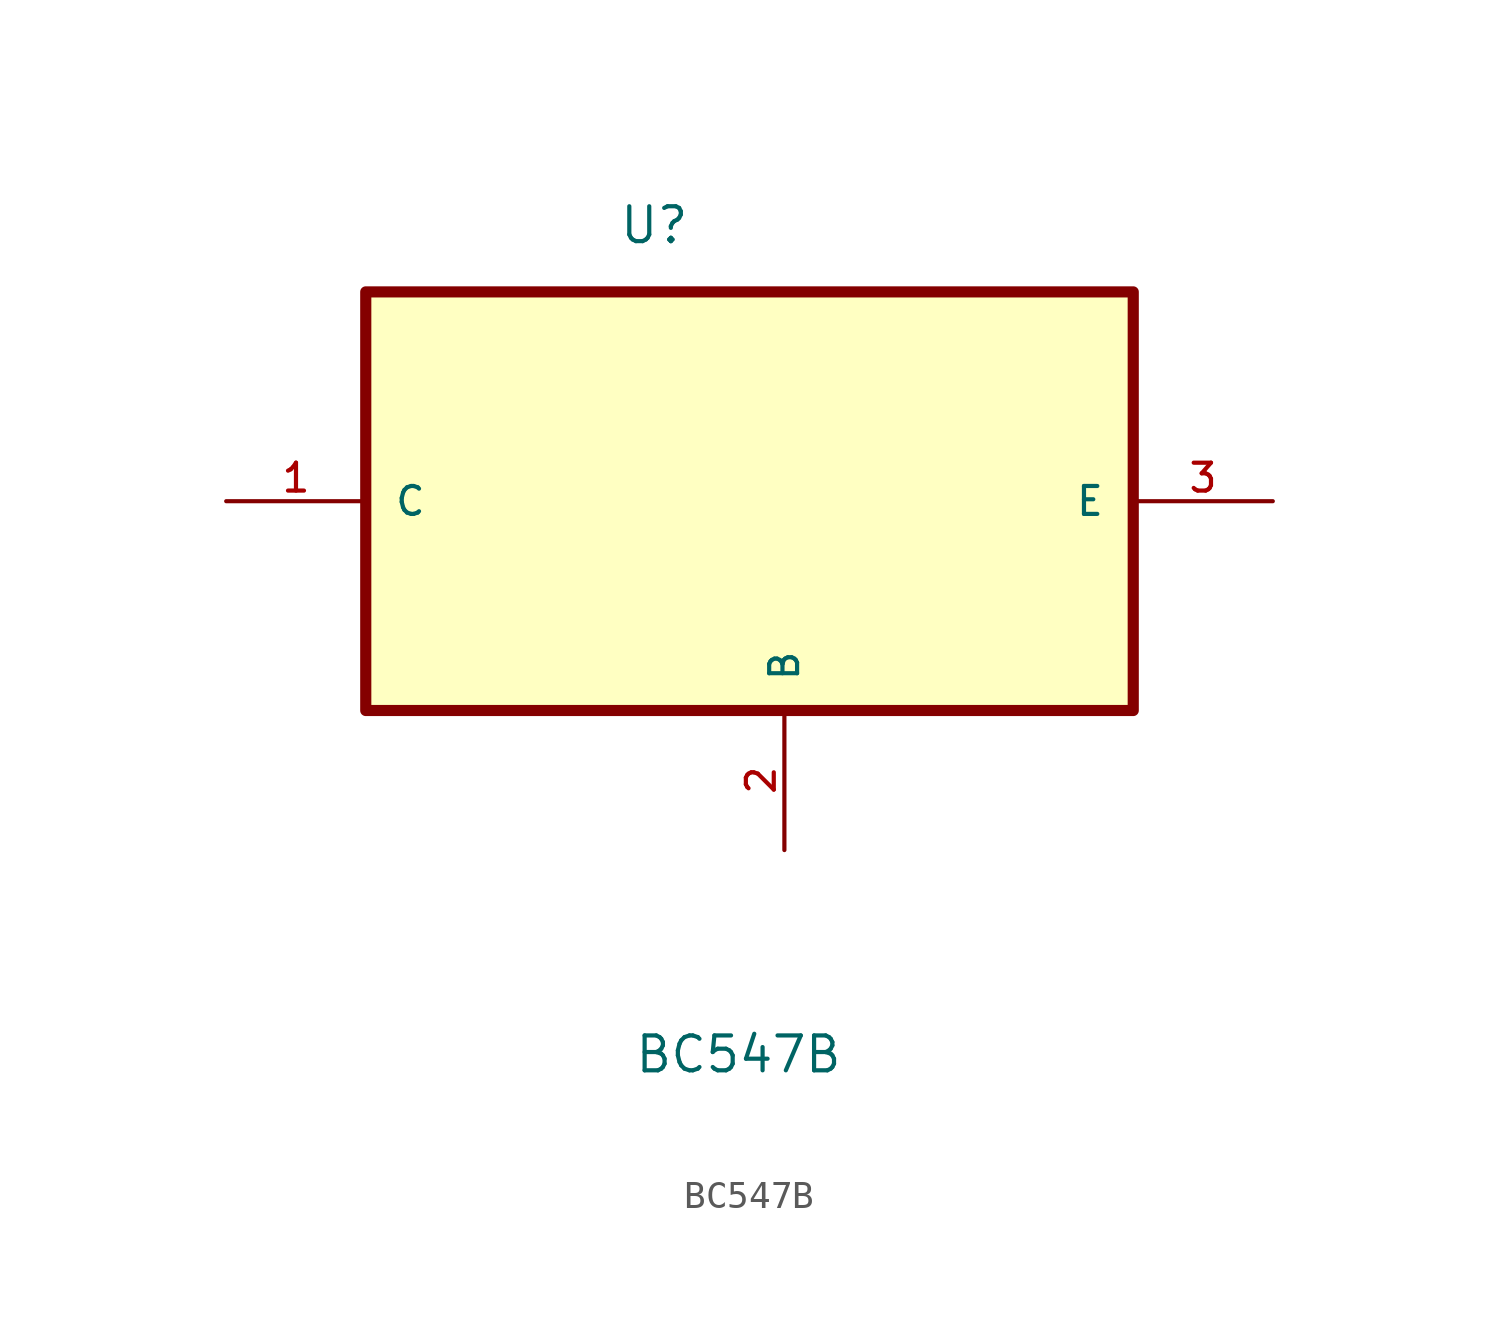
<source format=kicad_sym>
(kicad_symbol_lib
  (version 20211014)
  (generator kicad_symbol_editor)
  (symbol "BC547B"
    (pin_names
      (offset 1.016))
    (property "Reference" "U"
      (at -3.508 9.304 0.0)
      (effects (font (size 1.27 1.27)) (justify bottom left)))
    (property "Value" "BC547B"
      (at -2.95 -20.882 0.0)
      (effects (font (size 1.27 1.27)) (justify bottom left)))
    (symbol "BC547B_0_0"
      (rectangle (start -12.7 -7.62) (end 15.24 7.62) (stroke (width 0.406)) (fill (type background)))
      (pin passive line (at -17.78 0.0 0) (length 5.08) (name "C" (effects (font (size 1.016 1.016)))) (number "1" (effects (font (size 1.016 1.016)))))
      (pin passive line (at 20.32 0.0 180.0) (length 5.08) (name "E" (effects (font (size 1.016 1.016)))) (number "3" (effects (font (size 1.016 1.016)))))
      (pin passive line (at 2.54 -12.7 90.0) (length 5.08) (name "B" (effects (font (size 1.016 1.016)))) (number "2" (effects (font (size 1.016 1.016))))))))
</source>
